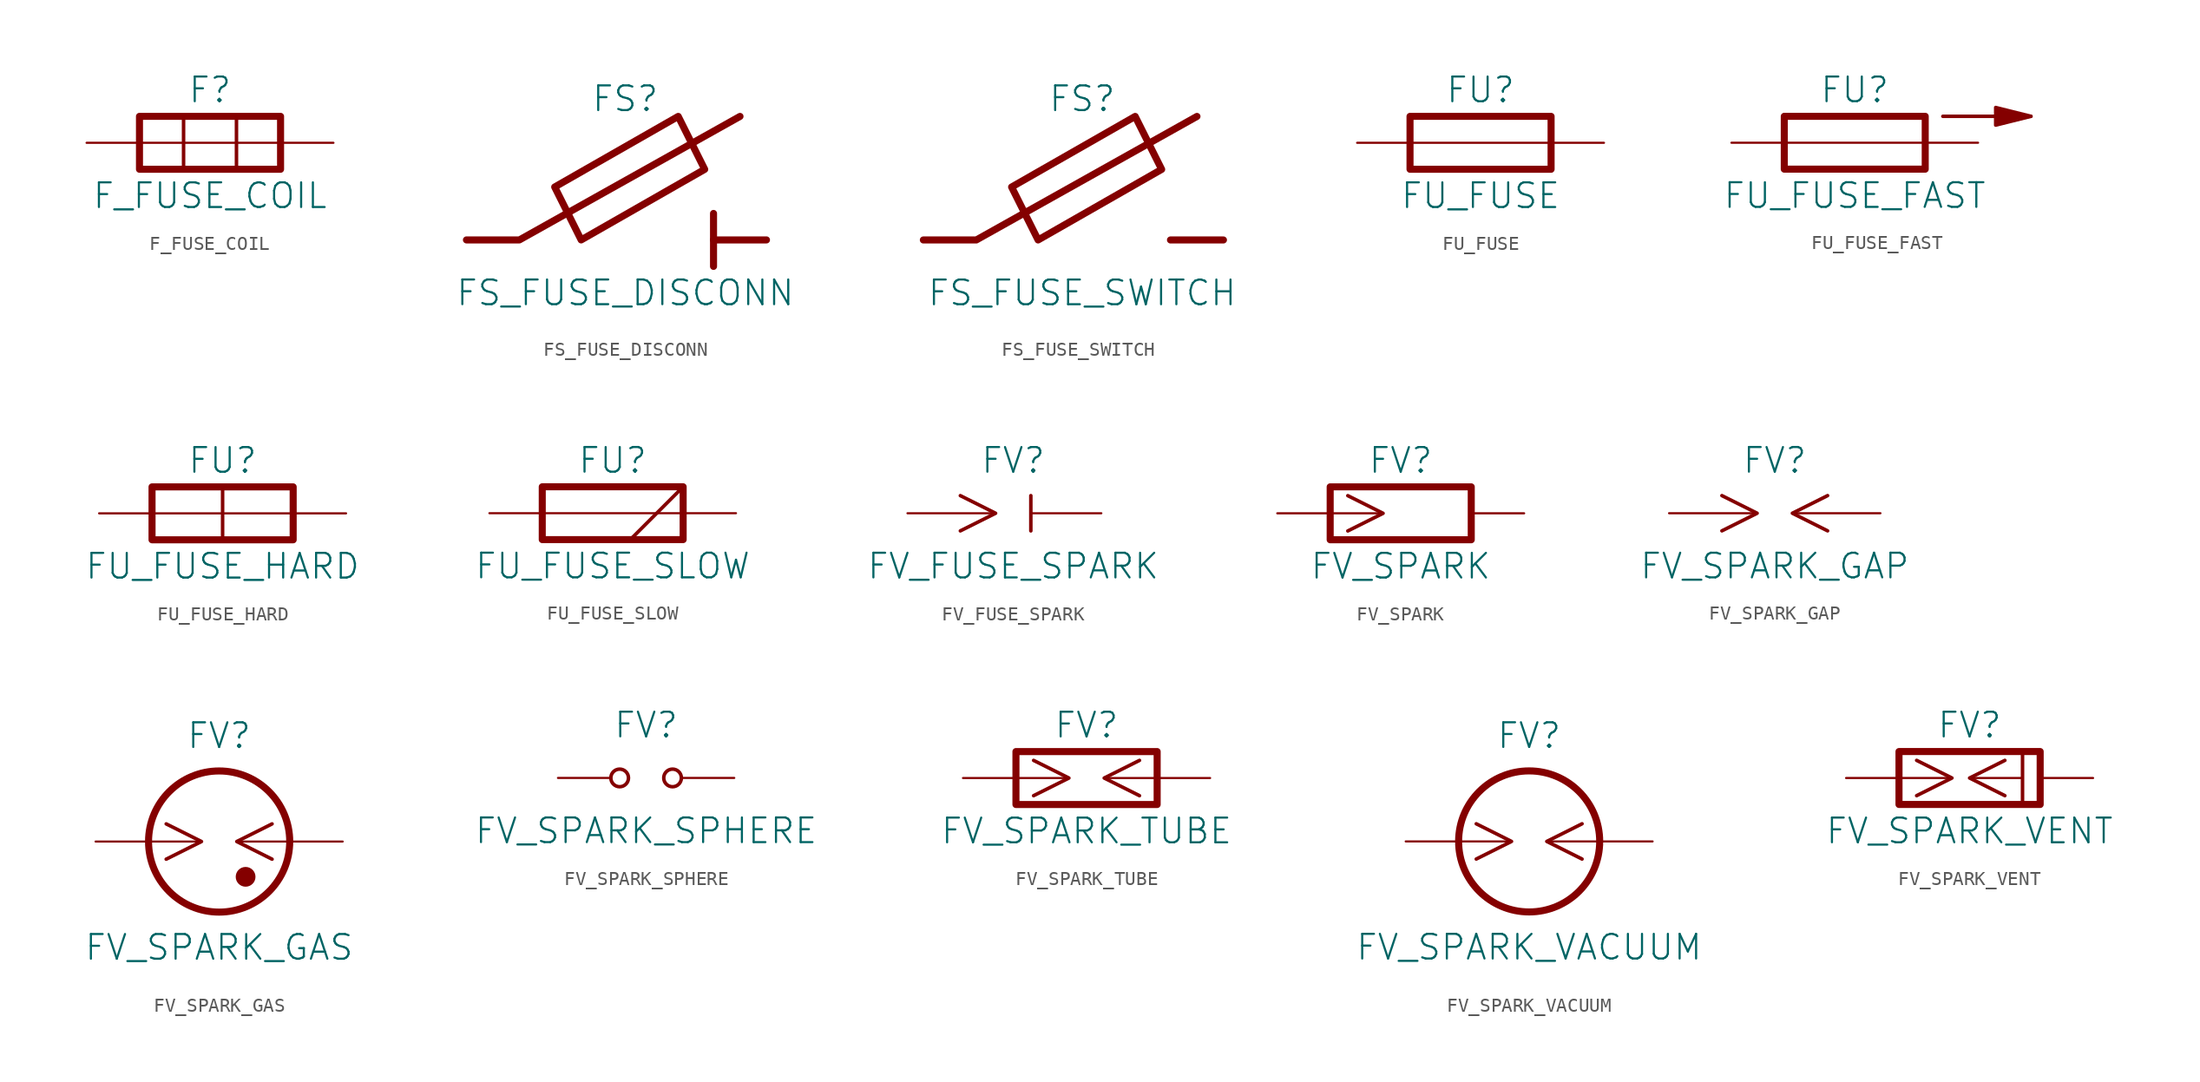
<source format=kicad_sym>
(kicad_symbol_lib
  (version 20211014)
  (generator kicad_symbol_editor)
  (symbol "F_FUSE_COIL"
    (pin_names
      (offset 0))
    (property "Reference" "F"
      (at 0 3.81 0)
      (effects (font (size 1.778 1.778))))
    (property "Value" "F_FUSE_COIL"
      (at 0 -3.81 0)
      (effects (font (size 1.778 1.778))))
    (symbol "F_FUSE_COIL_0_0"
      (polyline (pts (xy -8.89 0) (xy 8.89 0)) (stroke (width 0) (type default) (color 0 0 0 0)) (fill (type none))))
    (symbol "F_FUSE_COIL_0_1"
      (rectangle (start -5.08 1.905) (end 5.08 -1.905) (stroke (width 0.508) (type default) (color 0 0 0 0)) (fill (type none)))
      (polyline (pts (xy -1.905 1.905) (xy -1.905 -1.905)) (stroke (width 0.254) (type default) (color 0 0 0 0)) (fill (type none)))
      (polyline (pts (xy 1.905 1.905) (xy 1.905 -1.905)) (stroke (width 0.254) (type default) (color 0 0 0 0)) (fill (type none))))
    (symbol "F_FUSE_COIL_1_1"
      (pin passive line (at -8.89 0 0) (length 2.54) hide (name "~" (effects (font (size 1.27 1.27)))) (number "1" (effects (font (size 1.27 1.27)))))
      (pin passive line (at 8.89 0 180) (length 2.54) hide (name "~" (effects (font (size 1.27 1.27)))) (number "2" (effects (font (size 1.27 1.27)))))))
  (symbol "FS_FUSE_DISCONN"
    (pin_names
      (offset 0))
    (property "Reference" "FS"
      (at 0 6.35 0)
      (effects (font (size 1.778 1.778))))
    (property "Value" "FS_FUSE_DISCONN"
      (at 0 -7.62 0)
      (effects (font (size 1.778 1.778))))
    (symbol "FS_FUSE_DISCONN_0_1"
      (polyline (pts (xy 6.35 -1.905) (xy 6.35 -5.715)) (stroke (width 0.508) (type default) (color 0 0 0 0)) (fill (type none)))
      (polyline (pts (xy 10.16 -3.81) (xy 6.35 -3.81)) (stroke (width 0.508) (type default) (color 0 0 0 0)) (fill (type none)))
      (polyline (pts (xy -11.43 -3.81) (xy -7.62 -3.81) (xy 8.255 5.08)) (stroke (width 0.508) (type default) (color 0 0 0 0)) (fill (type none)))
      (polyline (pts (xy -3.175 -3.81) (xy 5.715 1.27) (xy 3.81 5.08) (xy -5.08 0) (xy -3.175 -3.81)) (stroke (width 0.508) (type default) (color 0 0 0 0)) (fill (type none))))
    (symbol "FS_FUSE_DISCONN_1_1"
      (pin passive line (at -11.43 -3.81 0) (length 2.54) hide (name "~" (effects (font (size 1.27 1.27)))) (number "1" (effects (font (size 1.27 1.27)))))
      (pin passive line (at 10.16 -3.81 180) (length 2.54) hide (name "~" (effects (font (size 1.27 1.27)))) (number "2" (effects (font (size 1.27 1.27)))))))
  (symbol "FS_FUSE_SWITCH"
    (pin_names
      (offset 0))
    (property "Reference" "FS"
      (at 0 6.35 0)
      (effects (font (size 1.778 1.778))))
    (property "Value" "FS_FUSE_SWITCH"
      (at 0 -7.62 0)
      (effects (font (size 1.778 1.778))))
    (symbol "FS_FUSE_SWITCH_0_1"
      (polyline (pts (xy 10.16 -3.81) (xy 6.35 -3.81)) (stroke (width 0.508) (type default) (color 0 0 0 0)) (fill (type none)))
      (polyline (pts (xy -11.43 -3.81) (xy -7.62 -3.81) (xy 8.255 5.08)) (stroke (width 0.508) (type default) (color 0 0 0 0)) (fill (type none)))
      (polyline (pts (xy -3.175 -3.81) (xy 5.715 1.27) (xy 3.81 5.08) (xy -5.08 0) (xy -3.175 -3.81)) (stroke (width 0.508) (type default) (color 0 0 0 0)) (fill (type none))))
    (symbol "FS_FUSE_SWITCH_1_1"
      (pin passive line (at -11.43 -3.81 0) (length 2.54) hide (name "~" (effects (font (size 1.27 1.27)))) (number "1" (effects (font (size 1.27 1.27)))))
      (pin passive line (at 10.16 -3.81 180) (length 2.54) hide (name "~" (effects (font (size 1.27 1.27)))) (number "2" (effects (font (size 1.27 1.27)))))))
  (symbol "FU_FUSE"
    (pin_names
      (offset 0))
    (property "Reference" "FU"
      (at 0 3.81 0)
      (effects (font (size 1.778 1.778))))
    (property "Value" "FU_FUSE"
      (at 0 -3.81 0)
      (effects (font (size 1.778 1.778))))
    (symbol "FU_FUSE_0_0"
      (polyline (pts (xy -8.89 0) (xy 8.89 0)) (stroke (width 0) (type default) (color 0 0 0 0)) (fill (type none))))
    (symbol "FU_FUSE_0_1"
      (rectangle (start -5.08 1.905) (end 5.08 -1.905) (stroke (width 0.508) (type default) (color 0 0 0 0)) (fill (type none))))
    (symbol "FU_FUSE_1_1"
      (pin passive line (at -8.89 0 0) (length 2.54) hide (name "~" (effects (font (size 1.27 1.27)))) (number "1" (effects (font (size 1.27 1.27)))))
      (pin passive line (at 8.89 0 180) (length 2.54) hide (name "~" (effects (font (size 1.27 1.27)))) (number "2" (effects (font (size 1.27 1.27)))))))
  (symbol "FU_FUSE_FAST"
    (pin_names
      (offset 0))
    (property "Reference" "FU"
      (at 0 3.81 0)
      (effects (font (size 1.778 1.778))))
    (property "Value" "FU_FUSE_FAST"
      (at 0 -3.81 0)
      (effects (font (size 1.778 1.778))))
    (symbol "FU_FUSE_FAST_0_0"
      (polyline (pts (xy -8.89 0) (xy 8.89 0)) (stroke (width 0) (type default) (color 0 0 0 0)) (fill (type none))))
    (symbol "FU_FUSE_FAST_0_1"
      (rectangle (start -5.08 1.905) (end 5.08 -1.905) (stroke (width 0.508) (type default) (color 0 0 0 0)) (fill (type none)))
      (polyline (pts (xy 12.7 1.905) (xy 6.35 1.905)) (stroke (width 0.254) (type default) (color 0 0 0 0)) (fill (type none)))
      (polyline (pts (xy 10.16 2.54) (xy 12.7 1.905) (xy 10.16 1.27) (xy 10.16 2.54)) (stroke (width 0.254) (type default) (color 0 0 0 0)) (fill (type outline))))
    (symbol "FU_FUSE_FAST_1_1"
      (pin passive line (at -8.89 0 0) (length 2.54) hide (name "~" (effects (font (size 1.27 1.27)))) (number "1" (effects (font (size 1.27 1.27)))))
      (pin passive line (at 8.89 0 180) (length 2.54) hide (name "~" (effects (font (size 1.27 1.27)))) (number "2" (effects (font (size 1.27 1.27)))))))
  (symbol "FU_FUSE_HARD"
    (pin_names
      (offset 0))
    (property "Reference" "FU"
      (at 0 3.81 0)
      (effects (font (size 1.778 1.778))))
    (property "Value" "FU_FUSE_HARD"
      (at 0 -3.81 0)
      (effects (font (size 1.778 1.778))))
    (symbol "FU_FUSE_HARD_0_0"
      (polyline (pts (xy -8.89 0) (xy 8.89 0)) (stroke (width 0) (type default) (color 0 0 0 0)) (fill (type none))))
    (symbol "FU_FUSE_HARD_0_1"
      (rectangle (start -5.08 1.905) (end 5.08 -1.905) (stroke (width 0.508) (type default) (color 0 0 0 0)) (fill (type none)))
      (polyline (pts (xy 0 1.905) (xy 0 -1.905)) (stroke (width 0.254) (type default) (color 0 0 0 0)) (fill (type none))))
    (symbol "FU_FUSE_HARD_1_1"
      (pin passive line (at -8.89 0 0) (length 2.54) hide (name "~" (effects (font (size 1.27 1.27)))) (number "1" (effects (font (size 1.27 1.27)))))
      (pin passive line (at 8.89 0 180) (length 2.54) hide (name "~" (effects (font (size 1.27 1.27)))) (number "2" (effects (font (size 1.27 1.27)))))))
  (symbol "FU_FUSE_SLOW"
    (pin_names
      (offset 0))
    (property "Reference" "FU"
      (at 0 3.81 0)
      (effects (font (size 1.778 1.778))))
    (property "Value" "FU_FUSE_SLOW"
      (at 0 -3.81 0)
      (effects (font (size 1.778 1.778))))
    (symbol "FU_FUSE_SLOW_0_0"
      (polyline (pts (xy -8.89 0) (xy 8.89 0)) (stroke (width 0) (type default) (color 0 0 0 0)) (fill (type none))))
    (symbol "FU_FUSE_SLOW_0_1"
      (rectangle (start -5.08 1.905) (end 5.08 -1.905) (stroke (width 0.508) (type default) (color 0 0 0 0)) (fill (type none)))
      (polyline (pts (xy 5.08 1.905) (xy 1.27 -1.905)) (stroke (width 0.254) (type default) (color 0 0 0 0)) (fill (type none))))
    (symbol "FU_FUSE_SLOW_1_1"
      (pin passive line (at -8.89 0 0) (length 2.54) hide (name "~" (effects (font (size 1.27 1.27)))) (number "1" (effects (font (size 1.27 1.27)))))
      (pin passive line (at 8.89 0 180) (length 2.54) hide (name "~" (effects (font (size 1.27 1.27)))) (number "2" (effects (font (size 1.27 1.27)))))))
  (symbol "FV_FUSE_SPARK"
    (pin_names
      (offset 0))
    (property "Reference" "FV"
      (at 0 3.81 0)
      (effects (font (size 1.778 1.778))))
    (property "Value" "FV_FUSE_SPARK"
      (at 0 -3.81 0)
      (effects (font (size 1.778 1.778))))
    (symbol "FV_FUSE_SPARK_0_0"
      (polyline (pts (xy -7.62 0) (xy -1.27 0)) (stroke (width 0) (type default) (color 0 0 0 0)) (fill (type none)))
      (polyline (pts (xy -3.81 1.27) (xy -1.27 0) (xy -3.81 -1.27)) (stroke (width 0.254) (type default) (color 0 0 0 0)) (fill (type none))))
    (symbol "FV_FUSE_SPARK_0_1"
      (polyline (pts (xy 1.27 0) (xy 6.35 0)) (stroke (width 0) (type default) (color 0 0 0 0)) (fill (type none)))
      (polyline (pts (xy 1.27 1.27) (xy 1.27 -1.27)) (stroke (width 0.254) (type default) (color 0 0 0 0)) (fill (type none))))
    (symbol "FV_FUSE_SPARK_1_1"
      (pin passive line (at -7.62 0 0) (length 2.54) hide (name "~" (effects (font (size 1.27 1.27)))) (number "1" (effects (font (size 1.27 1.27)))))
      (pin passive line (at 6.35 0 180) (length 2.54) hide (name "~" (effects (font (size 1.27 1.27)))) (number "2" (effects (font (size 1.27 1.27)))))))
  (symbol "FV_SPARK"
    (pin_names
      (offset 0))
    (property "Reference" "FV"
      (at 0 3.81 0)
      (effects (font (size 1.778 1.778))))
    (property "Value" "FV_SPARK"
      (at 0 -3.81 0)
      (effects (font (size 1.778 1.778))))
    (symbol "FV_SPARK_0_0"
      (polyline (pts (xy -8.89 0) (xy -1.27 0)) (stroke (width 0) (type default) (color 0 0 0 0)) (fill (type none)))
      (polyline (pts (xy -3.81 1.27) (xy -1.27 0) (xy -3.81 -1.27)) (stroke (width 0.254) (type default) (color 0 0 0 0)) (fill (type none))))
    (symbol "FV_SPARK_0_1"
      (rectangle (start -5.08 1.905) (end 5.08 -1.905) (stroke (width 0.508) (type default) (color 0 0 0 0)) (fill (type none)))
      (polyline (pts (xy 5.08 0) (xy 8.89 0)) (stroke (width 0) (type default) (color 0 0 0 0)) (fill (type none))))
    (symbol "FV_SPARK_1_1"
      (pin passive line (at -8.89 0 0) (length 2.54) hide (name "~" (effects (font (size 1.27 1.27)))) (number "1" (effects (font (size 1.27 1.27)))))
      (pin passive line (at 8.89 0 180) (length 2.54) hide (name "~" (effects (font (size 1.27 1.27)))) (number "2" (effects (font (size 1.27 1.27)))))))
  (symbol "FV_SPARK_GAP"
    (pin_names
      (offset 0))
    (property "Reference" "FV"
      (at 0 3.81 0)
      (effects (font (size 1.778 1.778))))
    (property "Value" "FV_SPARK_GAP"
      (at 0 -3.81 0)
      (effects (font (size 1.778 1.778))))
    (symbol "FV_SPARK_GAP_0_0"
      (polyline (pts (xy -7.62 0) (xy -1.27 0)) (stroke (width 0) (type default) (color 0 0 0 0)) (fill (type none)))
      (polyline (pts (xy 1.27 0) (xy 7.62 0)) (stroke (width 0) (type default) (color 0 0 0 0)) (fill (type none)))
      (polyline (pts (xy -3.81 1.27) (xy -1.27 0) (xy -3.81 -1.27)) (stroke (width 0.254) (type default) (color 0 0 0 0)) (fill (type none)))
      (polyline (pts (xy 3.81 1.27) (xy 1.27 0) (xy 3.81 -1.27)) (stroke (width 0.254) (type default) (color 0 0 0 0)) (fill (type none))))
    (symbol "FV_SPARK_GAP_1_1"
      (pin passive line (at -7.62 0 0) (length 2.54) hide (name "~" (effects (font (size 1.27 1.27)))) (number "1" (effects (font (size 1.27 1.27)))))
      (pin passive line (at 7.62 0 180) (length 2.54) hide (name "~" (effects (font (size 1.27 1.27)))) (number "2" (effects (font (size 1.27 1.27)))))))
  (symbol "FV_SPARK_GAS"
    (pin_names
      (offset 0))
    (property "Reference" "FV"
      (at 0 7.62 0)
      (effects (font (size 1.778 1.778))))
    (property "Value" "FV_SPARK_GAS"
      (at 0 -7.62 0)
      (effects (font (size 1.778 1.778))))
    (symbol "FV_SPARK_GAS_0_0"
      (polyline (pts (xy -8.89 0) (xy -1.27 0)) (stroke (width 0) (type default) (color 0 0 0 0)) (fill (type none)))
      (polyline (pts (xy 1.27 0) (xy 8.89 0)) (stroke (width 0) (type default) (color 0 0 0 0)) (fill (type none)))
      (polyline (pts (xy -3.81 1.27) (xy -1.27 0) (xy -3.81 -1.27)) (stroke (width 0.254) (type default) (color 0 0 0 0)) (fill (type none)))
      (polyline (pts (xy 3.81 1.27) (xy 1.27 0) (xy 3.81 -1.27)) (stroke (width 0.254) (type default) (color 0 0 0 0)) (fill (type none))))
    (symbol "FV_SPARK_GAS_0_1"
      (circle (center 0 0) (radius 5.08) (stroke (width 0.508) (type default) (color 0 0 0 0)) (fill (type none)))
      (circle (center 1.905 -2.54) (radius 0.635) (stroke (width 0) (type default) (color 0 0 0 0)) (fill (type outline))))
    (symbol "FV_SPARK_GAS_1_1"
      (pin passive line (at -8.89 0 0) (length 2.54) hide (name "~" (effects (font (size 1.27 1.27)))) (number "1" (effects (font (size 1.27 1.27)))))
      (pin passive line (at 8.89 0 180) (length 2.54) hide (name "~" (effects (font (size 1.27 1.27)))) (number "2" (effects (font (size 1.27 1.27)))))))
  (symbol "FV_SPARK_SPHERE"
    (pin_names
      (offset 0))
    (property "Reference" "FV"
      (at 0 3.81 0)
      (effects (font (size 1.778 1.778))))
    (property "Value" "FV_SPARK_SPHERE"
      (at 0 -3.81 0)
      (effects (font (size 1.778 1.778))))
    (symbol "FV_SPARK_SPHERE_0_1"
      (circle (center -1.905 0) (radius 0.635) (stroke (width 0.254) (type default) (color 0 0 0 0)) (fill (type none)))
      (polyline (pts (xy -6.35 0) (xy -2.54 0)) (stroke (width 0) (type default) (color 0 0 0 0)) (fill (type none)))
      (polyline (pts (xy 2.54 0) (xy 6.35 0)) (stroke (width 0) (type default) (color 0 0 0 0)) (fill (type none)))
      (circle (center 1.905 0) (radius 0.635) (stroke (width 0.254) (type default) (color 0 0 0 0)) (fill (type none))))
    (symbol "FV_SPARK_SPHERE_1_1"
      (pin passive line (at -6.35 0 0) (length 2.54) hide (name "~" (effects (font (size 1.27 1.27)))) (number "1" (effects (font (size 1.27 1.27)))))
      (pin passive line (at 6.35 0 180) (length 2.54) hide (name "~" (effects (font (size 1.27 1.27)))) (number "2" (effects (font (size 1.27 1.27)))))))
  (symbol "FV_SPARK_TUBE"
    (pin_names
      (offset 0))
    (property "Reference" "FV"
      (at 0 3.81 0)
      (effects (font (size 1.778 1.778))))
    (property "Value" "FV_SPARK_TUBE"
      (at 0 -3.81 0)
      (effects (font (size 1.778 1.778))))
    (symbol "FV_SPARK_TUBE_0_0"
      (polyline (pts (xy -8.89 0) (xy -1.27 0)) (stroke (width 0) (type default) (color 0 0 0 0)) (fill (type none)))
      (polyline (pts (xy 1.27 0) (xy 8.89 0)) (stroke (width 0) (type default) (color 0 0 0 0)) (fill (type none)))
      (polyline (pts (xy -3.81 1.27) (xy -1.27 0) (xy -3.81 -1.27)) (stroke (width 0.254) (type default) (color 0 0 0 0)) (fill (type none)))
      (polyline (pts (xy 3.81 1.27) (xy 1.27 0) (xy 3.81 -1.27)) (stroke (width 0.254) (type default) (color 0 0 0 0)) (fill (type none))))
    (symbol "FV_SPARK_TUBE_0_1"
      (rectangle (start -5.08 1.905) (end 5.08 -1.905) (stroke (width 0.508) (type default) (color 0 0 0 0)) (fill (type none))))
    (symbol "FV_SPARK_TUBE_1_1"
      (pin passive line (at -8.89 0 0) (length 2.54) hide (name "~" (effects (font (size 1.27 1.27)))) (number "1" (effects (font (size 1.27 1.27)))))
      (pin passive line (at 8.89 0 180) (length 2.54) hide (name "~" (effects (font (size 1.27 1.27)))) (number "2" (effects (font (size 1.27 1.27)))))))
  (symbol "FV_SPARK_VACUUM"
    (pin_names
      (offset 0))
    (property "Reference" "FV"
      (at 0 7.62 0)
      (effects (font (size 1.778 1.778))))
    (property "Value" "FV_SPARK_VACUUM"
      (at 0 -7.62 0)
      (effects (font (size 1.778 1.778))))
    (symbol "FV_SPARK_VACUUM_0_0"
      (polyline (pts (xy -8.89 0) (xy -1.27 0)) (stroke (width 0) (type default) (color 0 0 0 0)) (fill (type none)))
      (polyline (pts (xy -3.81 1.27) (xy -1.27 0) (xy -3.81 -1.27)) (stroke (width 0.254) (type default) (color 0 0 0 0)) (fill (type none)))
      (polyline (pts (xy 3.81 1.27) (xy 1.27 0) (xy 3.81 -1.27)) (stroke (width 0.254) (type default) (color 0 0 0 0)) (fill (type none))))
    (symbol "FV_SPARK_VACUUM_0_1"
      (polyline (pts (xy 1.27 0) (xy 8.89 0)) (stroke (width 0) (type default) (color 0 0 0 0)) (fill (type none)))
      (circle (center 0 0) (radius 5.08) (stroke (width 0.508) (type default) (color 0 0 0 0)) (fill (type none))))
    (symbol "FV_SPARK_VACUUM_1_1"
      (pin passive line (at -8.89 0 0) (length 2.54) hide (name "~" (effects (font (size 1.27 1.27)))) (number "1" (effects (font (size 1.27 1.27)))))
      (pin passive line (at 8.89 0 180) (length 2.54) hide (name "~" (effects (font (size 1.27 1.27)))) (number "2" (effects (font (size 1.27 1.27)))))))
  (symbol "FV_SPARK_VENT"
    (pin_names
      (offset 0))
    (property "Reference" "FV"
      (at 0 3.81 0)
      (effects (font (size 1.778 1.778))))
    (property "Value" "FV_SPARK_VENT"
      (at 0 -3.81 0)
      (effects (font (size 1.778 1.778))))
    (symbol "FV_SPARK_VENT_0_0"
      (polyline (pts (xy -8.89 0) (xy -1.27 0)) (stroke (width 0) (type default) (color 0 0 0 0)) (fill (type none)))
      (polyline (pts (xy 0 0) (xy 3.81 0)) (stroke (width 0) (type default) (color 0 0 0 0)) (fill (type none)))
      (polyline (pts (xy -3.81 1.27) (xy -1.27 0) (xy -3.81 -1.27)) (stroke (width 0.254) (type default) (color 0 0 0 0)) (fill (type none)))
      (polyline (pts (xy 2.54 1.27) (xy 0 0) (xy 2.54 -1.27)) (stroke (width 0.254) (type default) (color 0 0 0 0)) (fill (type none))))
    (symbol "FV_SPARK_VENT_0_1"
      (rectangle (start -5.08 1.905) (end 5.08 -1.905) (stroke (width 0.508) (type default) (color 0 0 0 0)) (fill (type none)))
      (polyline (pts (xy 3.81 1.905) (xy 3.81 -1.905)) (stroke (width 0.254) (type default) (color 0 0 0 0)) (fill (type none)))
      (polyline (pts (xy 5.08 0) (xy 8.89 0)) (stroke (width 0) (type default) (color 0 0 0 0)) (fill (type none))))
    (symbol "FV_SPARK_VENT_1_1"
      (pin passive line (at -8.89 0 0) (length 2.54) hide (name "~" (effects (font (size 1.27 1.27)))) (number "1" (effects (font (size 1.27 1.27)))))
      (pin passive line (at 8.89 0 180) (length 2.54) hide (name "~" (effects (font (size 1.27 1.27)))) (number "2" (effects (font (size 1.27 1.27))))))))
</source>
